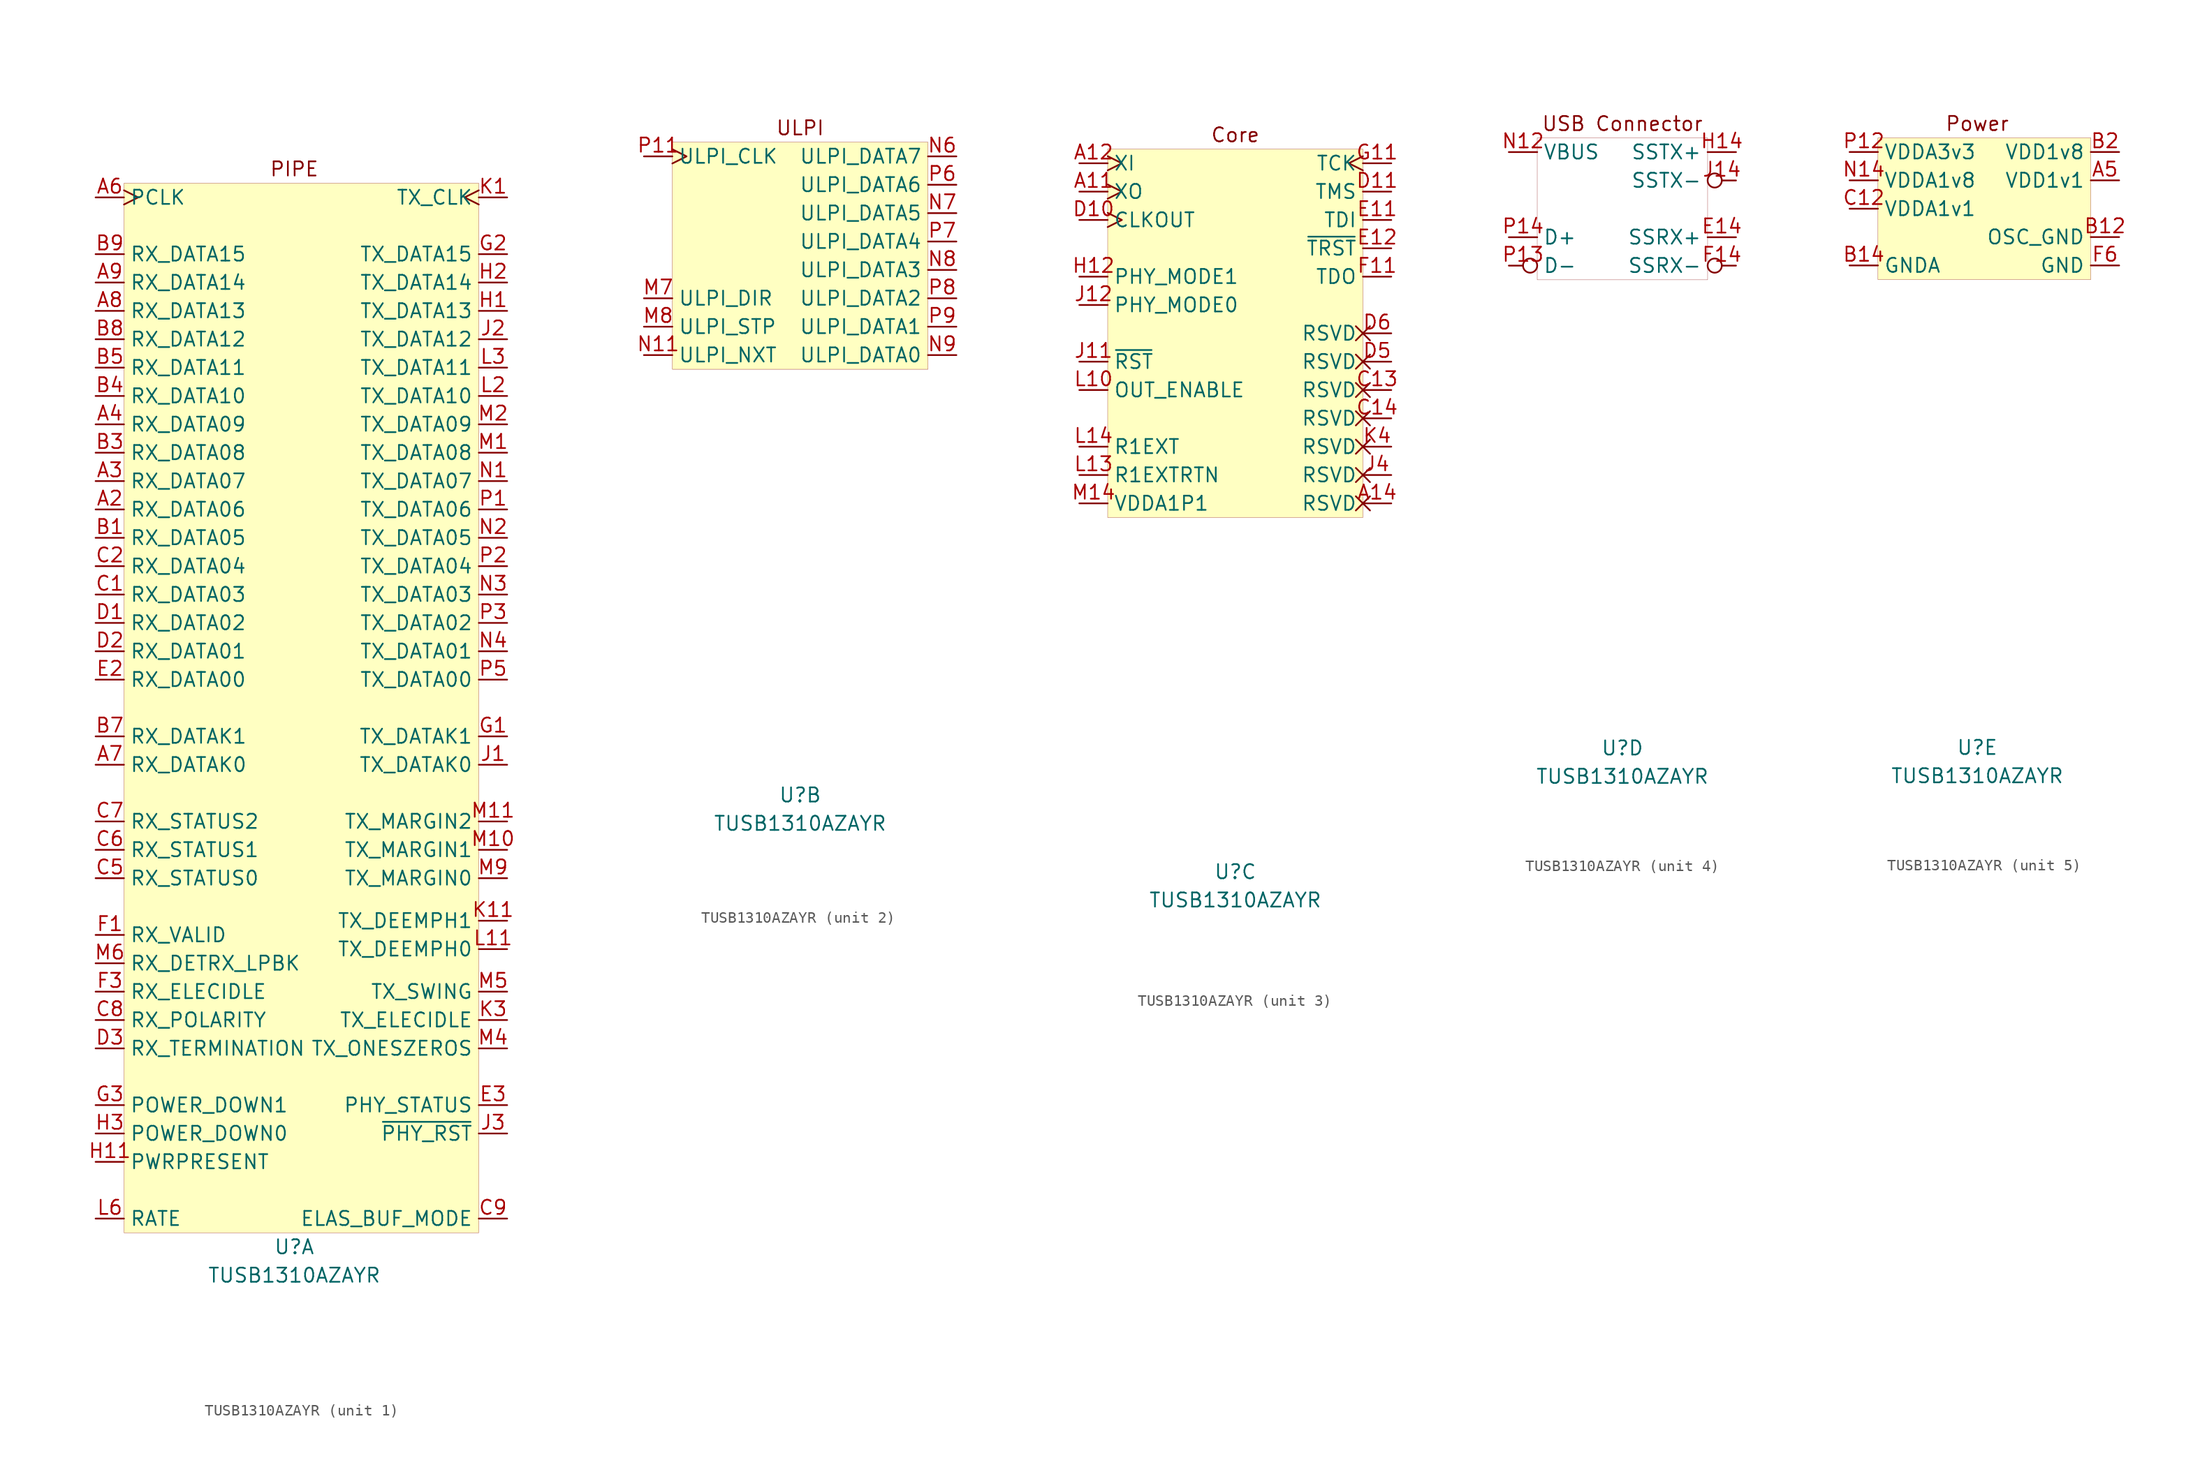
<source format=kicad_sym>
(kicad_symbol_lib
  (version 20201005)
  (generator kicad_symbol_editor)
  (symbol "lethalbit:TUSB1310AZAYR"
    (property "Reference" "U"
      (at 0 -48.26 0)
      (effects (font (size 1.27 1.27))))
    (property "Value" "TUSB1310AZAYR"
      (at 0 -50.8 0)
      (effects (font (size 1.27 1.27))))
    (property "ki_locked" ""
      (at 0 0 0)
      (effects (font (size 1.27 1.27))))
    (symbol "TUSB1310AZAYR_1_0"
      (text "PIPE" (at 0 48.26 0) (effects (font (size 1.27 1.27)))))
    (symbol "TUSB1310AZAYR_1_1"
      (rectangle (start -15.24 46.99) (end 16.51 -46.99) (stroke (width 0.001)) (fill (type background)))
      (pin output line (at -17.78 17.78 0) (length 2.54) (name "RX_DATA06" (effects (font (size 1.27 1.27)))) (number "A2" (effects (font (size 1.27 1.27)))))
      (pin output line (at -17.78 20.32 0) (length 2.54) (name "RX_DATA07" (effects (font (size 1.27 1.27)))) (number "A3" (effects (font (size 1.27 1.27)))))
      (pin output line (at -17.78 25.4 0) (length 2.54) (name "RX_DATA09" (effects (font (size 1.27 1.27)))) (number "A4" (effects (font (size 1.27 1.27)))))
      (pin output clock (at -17.78 45.72 0) (length 2.54) (name "PCLK" (effects (font (size 1.27 1.27)))) (number "A6" (effects (font (size 1.27 1.27)))))
      (pin output line (at -17.78 -5.08 0) (length 2.54) (name "RX_DATAK0" (effects (font (size 1.27 1.27)))) (number "A7" (effects (font (size 1.27 1.27)))))
      (pin output line (at -17.78 35.56 0) (length 2.54) (name "RX_DATA13" (effects (font (size 1.27 1.27)))) (number "A8" (effects (font (size 1.27 1.27)))))
      (pin output line (at -17.78 38.1 0) (length 2.54) (name "RX_DATA14" (effects (font (size 1.27 1.27)))) (number "A9" (effects (font (size 1.27 1.27)))))
      (pin output line (at -17.78 15.24 0) (length 2.54) (name "RX_DATA05" (effects (font (size 1.27 1.27)))) (number "B1" (effects (font (size 1.27 1.27)))))
      (pin output line (at -17.78 22.86 0) (length 2.54) (name "RX_DATA08" (effects (font (size 1.27 1.27)))) (number "B3" (effects (font (size 1.27 1.27)))))
      (pin output line (at -17.78 27.94 0) (length 2.54) (name "RX_DATA10" (effects (font (size 1.27 1.27)))) (number "B4" (effects (font (size 1.27 1.27)))))
      (pin output line (at -17.78 30.48 0) (length 2.54) (name "RX_DATA11" (effects (font (size 1.27 1.27)))) (number "B5" (effects (font (size 1.27 1.27)))))
      (pin output line (at -17.78 -2.54 0) (length 2.54) (name "RX_DATAK1" (effects (font (size 1.27 1.27)))) (number "B7" (effects (font (size 1.27 1.27)))))
      (pin output line (at -17.78 33.02 0) (length 2.54) (name "RX_DATA12" (effects (font (size 1.27 1.27)))) (number "B8" (effects (font (size 1.27 1.27)))))
      (pin output line (at -17.78 40.64 0) (length 2.54) (name "RX_DATA15" (effects (font (size 1.27 1.27)))) (number "B9" (effects (font (size 1.27 1.27)))))
      (pin output line (at -17.78 10.16 0) (length 2.54) (name "RX_DATA03" (effects (font (size 1.27 1.27)))) (number "C1" (effects (font (size 1.27 1.27)))))
      (pin output line (at -17.78 12.7 0) (length 2.54) (name "RX_DATA04" (effects (font (size 1.27 1.27)))) (number "C2" (effects (font (size 1.27 1.27)))))
      (pin output line (at -17.78 -15.24 0) (length 2.54) (name "RX_STATUS0" (effects (font (size 1.27 1.27)))) (number "C5" (effects (font (size 1.27 1.27)))))
      (pin output line (at -17.78 -12.7 0) (length 2.54) (name "RX_STATUS1" (effects (font (size 1.27 1.27)))) (number "C6" (effects (font (size 1.27 1.27)))))
      (pin output line (at -17.78 -10.16 0) (length 2.54) (name "RX_STATUS2" (effects (font (size 1.27 1.27)))) (number "C7" (effects (font (size 1.27 1.27)))))
      (pin input line (at -17.78 -27.94 0) (length 2.54) (name "RX_POLARITY" (effects (font (size 1.27 1.27)))) (number "C8" (effects (font (size 1.27 1.27)))))
      (pin input line (at 19.05 -45.72 180) (length 2.54) (name "ELAS_BUF_MODE" (effects (font (size 1.27 1.27)))) (number "C9" (effects (font (size 1.27 1.27)))))
      (pin output line (at -17.78 7.62 0) (length 2.54) (name "RX_DATA02" (effects (font (size 1.27 1.27)))) (number "D1" (effects (font (size 1.27 1.27)))))
      (pin output line (at -17.78 5.08 0) (length 2.54) (name "RX_DATA01" (effects (font (size 1.27 1.27)))) (number "D2" (effects (font (size 1.27 1.27)))))
      (pin input line (at -17.78 -30.48 0) (length 2.54) (name "RX_TERMINATION" (effects (font (size 1.27 1.27)))) (number "D3" (effects (font (size 1.27 1.27)))))
      (pin output line (at -17.78 2.54 0) (length 2.54) (name "RX_DATA00" (effects (font (size 1.27 1.27)))) (number "E2" (effects (font (size 1.27 1.27)))))
      (pin bidirectional line (at 19.05 -35.56 180) (length 2.54) (name "PHY_STATUS" (effects (font (size 1.27 1.27)))) (number "E3" (effects (font (size 1.27 1.27)))))
      (pin output line (at -17.78 -20.32 0) (length 2.54) (name "RX_VALID" (effects (font (size 1.27 1.27)))) (number "F1" (effects (font (size 1.27 1.27)))))
      (pin bidirectional line (at -17.78 -25.4 0) (length 2.54) (name "RX_ELECIDLE" (effects (font (size 1.27 1.27)))) (number "F3" (effects (font (size 1.27 1.27)))))
      (pin input line (at 19.05 -2.54 180) (length 2.54) (name "TX_DATAK1" (effects (font (size 1.27 1.27)))) (number "G1" (effects (font (size 1.27 1.27)))))
      (pin input line (at 19.05 40.64 180) (length 2.54) (name "TX_DATA15" (effects (font (size 1.27 1.27)))) (number "G2" (effects (font (size 1.27 1.27)))))
      (pin input line (at -17.78 -35.56 0) (length 2.54) (name "POWER_DOWN1" (effects (font (size 1.27 1.27)))) (number "G3" (effects (font (size 1.27 1.27)))))
      (pin input line (at 19.05 35.56 180) (length 2.54) (name "TX_DATA13" (effects (font (size 1.27 1.27)))) (number "H1" (effects (font (size 1.27 1.27)))))
      (pin output line (at -17.78 -40.64 0) (length 2.54) (name "PWRPRESENT" (effects (font (size 1.27 1.27)))) (number "H11" (effects (font (size 1.27 1.27)))))
      (pin input line (at 19.05 38.1 180) (length 2.54) (name "TX_DATA14" (effects (font (size 1.27 1.27)))) (number "H2" (effects (font (size 1.27 1.27)))))
      (pin input line (at -17.78 -38.1 0) (length 2.54) (name "POWER_DOWN0" (effects (font (size 1.27 1.27)))) (number "H3" (effects (font (size 1.27 1.27)))))
      (pin input line (at 19.05 -5.08 180) (length 2.54) (name "TX_DATAK0" (effects (font (size 1.27 1.27)))) (number "J1" (effects (font (size 1.27 1.27)))))
      (pin input line (at 19.05 33.02 180) (length 2.54) (name "TX_DATA12" (effects (font (size 1.27 1.27)))) (number "J2" (effects (font (size 1.27 1.27)))))
      (pin input line (at 19.05 -38.1 180) (length 2.54) (name "~PHY_RST" (effects (font (size 1.27 1.27)))) (number "J3" (effects (font (size 1.27 1.27)))))
      (pin input clock (at 19.05 45.72 180) (length 2.54) (name "TX_CLK" (effects (font (size 1.27 1.27)))) (number "K1" (effects (font (size 1.27 1.27)))))
      (pin input line (at 19.05 -19.05 180) (length 2.54) (name "TX_DEEMPH1" (effects (font (size 1.27 1.27)))) (number "K11" (effects (font (size 1.27 1.27)))))
      (pin input line (at 19.05 -27.94 180) (length 2.54) (name "TX_ELECIDLE" (effects (font (size 1.27 1.27)))) (number "K3" (effects (font (size 1.27 1.27)))))
      (pin input line (at 19.05 -21.59 180) (length 2.54) (name "TX_DEEMPH0" (effects (font (size 1.27 1.27)))) (number "L11" (effects (font (size 1.27 1.27)))))
      (pin input line (at 19.05 27.94 180) (length 2.54) (name "TX_DATA10" (effects (font (size 1.27 1.27)))) (number "L2" (effects (font (size 1.27 1.27)))))
      (pin input line (at 19.05 30.48 180) (length 2.54) (name "TX_DATA11" (effects (font (size 1.27 1.27)))) (number "L3" (effects (font (size 1.27 1.27)))))
      (pin input line (at -17.78 -45.72 0) (length 2.54) (name "RATE" (effects (font (size 1.27 1.27)))) (number "L6" (effects (font (size 1.27 1.27)))))
      (pin input line (at 19.05 22.86 180) (length 2.54) (name "TX_DATA08" (effects (font (size 1.27 1.27)))) (number "M1" (effects (font (size 1.27 1.27)))))
      (pin input line (at 19.05 -12.7 180) (length 2.54) (name "TX_MARGIN1" (effects (font (size 1.27 1.27)))) (number "M10" (effects (font (size 1.27 1.27)))))
      (pin input line (at 19.05 -10.16 180) (length 2.54) (name "TX_MARGIN2" (effects (font (size 1.27 1.27)))) (number "M11" (effects (font (size 1.27 1.27)))))
      (pin input line (at 19.05 25.4 180) (length 2.54) (name "TX_DATA09" (effects (font (size 1.27 1.27)))) (number "M2" (effects (font (size 1.27 1.27)))))
      (pin input line (at 19.05 -30.48 180) (length 2.54) (name "TX_ONESZEROS" (effects (font (size 1.27 1.27)))) (number "M4" (effects (font (size 1.27 1.27)))))
      (pin input line (at 19.05 -25.4 180) (length 2.54) (name "TX_SWING" (effects (font (size 1.27 1.27)))) (number "M5" (effects (font (size 1.27 1.27)))))
      (pin input line (at -17.78 -22.86 0) (length 2.54) (name "RX_DETRX_LPBK" (effects (font (size 1.27 1.27)))) (number "M6" (effects (font (size 1.27 1.27)))))
      (pin input line (at 19.05 -15.24 180) (length 2.54) (name "TX_MARGIN0" (effects (font (size 1.27 1.27)))) (number "M9" (effects (font (size 1.27 1.27)))))
      (pin input line (at 19.05 20.32 180) (length 2.54) (name "TX_DATA07" (effects (font (size 1.27 1.27)))) (number "N1" (effects (font (size 1.27 1.27)))))
      (pin input line (at 19.05 15.24 180) (length 2.54) (name "TX_DATA05" (effects (font (size 1.27 1.27)))) (number "N2" (effects (font (size 1.27 1.27)))))
      (pin input line (at 19.05 10.16 180) (length 2.54) (name "TX_DATA03" (effects (font (size 1.27 1.27)))) (number "N3" (effects (font (size 1.27 1.27)))))
      (pin input line (at 19.05 5.08 180) (length 2.54) (name "TX_DATA01" (effects (font (size 1.27 1.27)))) (number "N4" (effects (font (size 1.27 1.27)))))
      (pin input line (at 19.05 17.78 180) (length 2.54) (name "TX_DATA06" (effects (font (size 1.27 1.27)))) (number "P1" (effects (font (size 1.27 1.27)))))
      (pin input line (at 19.05 12.7 180) (length 2.54) (name "TX_DATA04" (effects (font (size 1.27 1.27)))) (number "P2" (effects (font (size 1.27 1.27)))))
      (pin input line (at 19.05 7.62 180) (length 2.54) (name "TX_DATA02" (effects (font (size 1.27 1.27)))) (number "P3" (effects (font (size 1.27 1.27)))))
      (pin input line (at 19.05 2.54 180) (length 2.54) (name "TX_DATA00" (effects (font (size 1.27 1.27)))) (number "P5" (effects (font (size 1.27 1.27))))))
    (symbol "TUSB1310AZAYR_2_0"
      (text "ULPI" (at 0 11.43 0) (effects (font (size 1.27 1.27))))
      (rectangle (start -11.43 10.16) (end 11.43 -10.16) (stroke (width 0.001)) (fill (type background))))
    (symbol "TUSB1310AZAYR_2_1"
      (pin output line (at -13.97 -3.81 0) (length 2.54) (name "ULPI_DIR" (effects (font (size 1.27 1.27)))) (number "M7" (effects (font (size 1.27 1.27)))))
      (pin input line (at -13.97 -6.35 0) (length 2.54) (name "ULPI_STP" (effects (font (size 1.27 1.27)))) (number "M8" (effects (font (size 1.27 1.27)))))
      (pin output line (at -13.97 -8.89 0) (length 2.54) (name "ULPI_NXT" (effects (font (size 1.27 1.27)))) (number "N11" (effects (font (size 1.27 1.27)))))
      (pin bidirectional line (at 13.97 8.89 180) (length 2.54) (name "ULPI_DATA7" (effects (font (size 1.27 1.27)))) (number "N6" (effects (font (size 1.27 1.27)))))
      (pin bidirectional line (at 13.97 3.81 180) (length 2.54) (name "ULPI_DATA5" (effects (font (size 1.27 1.27)))) (number "N7" (effects (font (size 1.27 1.27)))))
      (pin bidirectional line (at 13.97 -1.27 180) (length 2.54) (name "ULPI_DATA3" (effects (font (size 1.27 1.27)))) (number "N8" (effects (font (size 1.27 1.27)))))
      (pin bidirectional line (at 13.97 -8.89 180) (length 2.54) (name "ULPI_DATA0" (effects (font (size 1.27 1.27)))) (number "N9" (effects (font (size 1.27 1.27)))))
      (pin output clock (at -13.97 8.89 0) (length 2.54) (name "ULPI_CLK" (effects (font (size 1.27 1.27)))) (number "P11" (effects (font (size 1.27 1.27)))))
      (pin bidirectional line (at 13.97 6.35 180) (length 2.54) (name "ULPI_DATA6" (effects (font (size 1.27 1.27)))) (number "P6" (effects (font (size 1.27 1.27)))))
      (pin bidirectional line (at 13.97 1.27 180) (length 2.54) (name "ULPI_DATA4" (effects (font (size 1.27 1.27)))) (number "P7" (effects (font (size 1.27 1.27)))))
      (pin bidirectional line (at 13.97 -3.81 180) (length 2.54) (name "ULPI_DATA2" (effects (font (size 1.27 1.27)))) (number "P8" (effects (font (size 1.27 1.27)))))
      (pin bidirectional line (at 13.97 -6.35 180) (length 2.54) (name "ULPI_DATA1" (effects (font (size 1.27 1.27)))) (number "P9" (effects (font (size 1.27 1.27))))))
    (symbol "TUSB1310AZAYR_3_0"
      (text "Core" (at 0 17.78 0) (effects (font (size 1.27 1.27))))
      (rectangle (start -11.43 16.51) (end 11.43 -16.51) (stroke (width 0.001)) (fill (type background))))
    (symbol "TUSB1310AZAYR_3_1"
      (pin output clock (at -13.97 12.7 0) (length 2.54) (name "XO" (effects (font (size 1.27 1.27)))) (number "A11" (effects (font (size 1.27 1.27)))))
      (pin input clock (at -13.97 15.24 0) (length 2.54) (name "XI" (effects (font (size 1.27 1.27)))) (number "A12" (effects (font (size 1.27 1.27)))))
      (pin passive non_logic (at 13.97 -15.24 180) (length 2.54) (name "RSVD" (effects (font (size 1.27 1.27)))) (number "A14" (effects (font (size 1.27 1.27)))))
      (pin passive non_logic (at 13.97 -5.08 180) (length 2.54) (name "RSVD" (effects (font (size 1.27 1.27)))) (number "C13" (effects (font (size 1.27 1.27)))))
      (pin passive non_logic (at 13.97 -7.62 180) (length 2.54) (name "RSVD" (effects (font (size 1.27 1.27)))) (number "C14" (effects (font (size 1.27 1.27)))))
      (pin output clock (at -13.97 10.16 0) (length 2.54) (name "CLKOUT" (effects (font (size 1.27 1.27)))) (number "D10" (effects (font (size 1.27 1.27)))))
      (pin input line (at 13.97 12.7 180) (length 2.54) (name "TMS" (effects (font (size 1.27 1.27)))) (number "D11" (effects (font (size 1.27 1.27)))))
      (pin passive non_logic (at 13.97 -2.54 180) (length 2.54) (name "RSVD" (effects (font (size 1.27 1.27)))) (number "D5" (effects (font (size 1.27 1.27)))))
      (pin passive non_logic (at 13.97 0 180) (length 2.54) (name "RSVD" (effects (font (size 1.27 1.27)))) (number "D6" (effects (font (size 1.27 1.27)))))
      (pin input line (at 13.97 10.16 180) (length 2.54) (name "TDI" (effects (font (size 1.27 1.27)))) (number "E11" (effects (font (size 1.27 1.27)))))
      (pin input line (at 13.97 7.62 180) (length 2.54) (name "~TRST" (effects (font (size 1.27 1.27)))) (number "E12" (effects (font (size 1.27 1.27)))))
      (pin output line (at 13.97 5.08 180) (length 2.54) (name "TDO" (effects (font (size 1.27 1.27)))) (number "F11" (effects (font (size 1.27 1.27)))))
      (pin input clock (at 13.97 15.24 180) (length 2.54) (name "TCK" (effects (font (size 1.27 1.27)))) (number "G11" (effects (font (size 1.27 1.27)))))
      (pin input line (at -13.97 5.08 0) (length 2.54) (name "PHY_MODE1" (effects (font (size 1.27 1.27)))) (number "H12" (effects (font (size 1.27 1.27)))))
      (pin input line (at -13.97 -2.54 0) (length 2.54) (name "~RST" (effects (font (size 1.27 1.27)))) (number "J11" (effects (font (size 1.27 1.27)))))
      (pin input line (at -13.97 2.54 0) (length 2.54) (name "PHY_MODE0" (effects (font (size 1.27 1.27)))) (number "J12" (effects (font (size 1.27 1.27)))))
      (pin passive non_logic (at 13.97 -12.7 180) (length 2.54) (name "RSVD" (effects (font (size 1.27 1.27)))) (number "J4" (effects (font (size 1.27 1.27)))))
      (pin passive non_logic (at 13.97 -10.16 180) (length 2.54) (name "RSVD" (effects (font (size 1.27 1.27)))) (number "K4" (effects (font (size 1.27 1.27)))))
      (pin input line (at -13.97 -5.08 0) (length 2.54) (name "OUT_ENABLE" (effects (font (size 1.27 1.27)))) (number "L10" (effects (font (size 1.27 1.27)))))
      (pin input line (at -13.97 -12.7 0) (length 2.54) (name "R1EXTRTN" (effects (font (size 1.27 1.27)))) (number "L13" (effects (font (size 1.27 1.27)))))
      (pin output line (at -13.97 -10.16 0) (length 2.54) (name "R1EXT" (effects (font (size 1.27 1.27)))) (number "L14" (effects (font (size 1.27 1.27)))))
      (pin passive line (at -13.97 -15.24 0) (length 2.54) (name "VDDA1P1" (effects (font (size 1.27 1.27)))) (number "M14" (effects (font (size 1.27 1.27))))))
    (symbol "TUSB1310AZAYR_4_0"
      (text "USB Connector" (at 0 7.62 0) (effects (font (size 1.27 1.27))))
      (rectangle (start -7.62 6.35) (end 7.62 -6.35) (stroke (width 0.001)) (fill (type none))))
    (symbol "TUSB1310AZAYR_4_1"
      (pin input line (at 10.16 -2.54 180) (length 2.54) (name "SSRX+" (effects (font (size 1.27 1.27)))) (number "E14" (effects (font (size 1.27 1.27)))))
      (pin input inverted (at 10.16 -5.08 180) (length 2.54) (name "SSRX-" (effects (font (size 1.27 1.27)))) (number "F14" (effects (font (size 1.27 1.27)))))
      (pin output line (at 10.16 5.08 180) (length 2.54) (name "SSTX+" (effects (font (size 1.27 1.27)))) (number "H14" (effects (font (size 1.27 1.27)))))
      (pin output inverted (at 10.16 2.54 180) (length 2.54) (name "SSTX-" (effects (font (size 1.27 1.27)))) (number "J14" (effects (font (size 1.27 1.27)))))
      (pin input line (at -10.16 5.08 0) (length 2.54) (name "VBUS" (effects (font (size 1.27 1.27)))) (number "N12" (effects (font (size 1.27 1.27)))))
      (pin bidirectional inverted (at -10.16 -5.08 0) (length 2.54) (name "D-" (effects (font (size 1.27 1.27)))) (number "P13" (effects (font (size 1.27 1.27)))))
      (pin bidirectional line (at -10.16 -2.54 0) (length 2.54) (name "D+" (effects (font (size 1.27 1.27)))) (number "P14" (effects (font (size 1.27 1.27))))))
    (symbol "TUSB1310AZAYR_5_0"
      (text "Power" (at 0 7.62 0) (effects (font (size 1.27 1.27))))
      (rectangle (start -8.89 6.35) (end 10.16 -6.35) (stroke (width 0.001)) (fill (type background))))
    (symbol "TUSB1310AZAYR_5_1"
      (pin passive line (at 12.7 2.54 180) (length 2.54) hide (name "VDD1v1" (effects (font (size 1.27 1.27)))) (number "A10" (effects (font (size 1.27 1.27)))))
      (pin passive line (at -11.43 2.54 0) (length 2.54) hide (name "VDDA1v8" (effects (font (size 1.27 1.27)))) (number "A13" (effects (font (size 1.27 1.27)))))
      (pin power_in line (at 12.7 2.54 180) (length 2.54) (name "VDD1v1" (effects (font (size 1.27 1.27)))) (number "A5" (effects (font (size 1.27 1.27)))))
      (pin passive line (at 12.7 2.54 180) (length 2.54) hide (name "VDD1v1" (effects (font (size 1.27 1.27)))) (number "B10" (effects (font (size 1.27 1.27)))))
      (pin passive line (at 12.7 -5.08 180) (length 2.54) hide (name "GND" (effects (font (size 1.27 1.27)))) (number "B11" (effects (font (size 1.27 1.27)))))
      (pin passive line (at 12.7 -2.54 180) (length 2.54) (name "OSC_GND" (effects (font (size 1.27 1.27)))) (number "B12" (effects (font (size 1.27 1.27)))))
      (pin passive line (at -11.43 -5.08 0) (length 2.54) hide (name "GNDA" (effects (font (size 1.27 1.27)))) (number "B13" (effects (font (size 1.27 1.27)))))
      (pin passive line (at -11.43 -5.08 0) (length 2.54) (name "GNDA" (effects (font (size 1.27 1.27)))) (number "B14" (effects (font (size 1.27 1.27)))))
      (pin power_in line (at 12.7 5.08 180) (length 2.54) (name "VDD1v8" (effects (font (size 1.27 1.27)))) (number "B2" (effects (font (size 1.27 1.27)))))
      (pin passive line (at 12.7 2.54 180) (length 2.54) hide (name "VDD1v1" (effects (font (size 1.27 1.27)))) (number "B6" (effects (font (size 1.27 1.27)))))
      (pin passive line (at -11.43 2.54 0) (length 2.54) hide (name "VDDA1v8" (effects (font (size 1.27 1.27)))) (number "C10" (effects (font (size 1.27 1.27)))))
      (pin passive line (at -11.43 0 0) (length 2.54) hide (name "VDDA1v1" (effects (font (size 1.27 1.27)))) (number "C11" (effects (font (size 1.27 1.27)))))
      (pin power_in line (at -11.43 0 0) (length 2.54) (name "VDDA1v1" (effects (font (size 1.27 1.27)))) (number "C12" (effects (font (size 1.27 1.27)))))
      (pin passive line (at 12.7 5.08 180) (length 2.54) hide (name "VDD1v8" (effects (font (size 1.27 1.27)))) (number "C3" (effects (font (size 1.27 1.27)))))
      (pin passive line (at 12.7 2.54 180) (length 2.54) hide (name "VDD1v1" (effects (font (size 1.27 1.27)))) (number "C4" (effects (font (size 1.27 1.27)))))
      (pin passive line (at -11.43 -5.08 0) (length 2.54) hide (name "GNDA" (effects (font (size 1.27 1.27)))) (number "D12" (effects (font (size 1.27 1.27)))))
      (pin passive line (at 12.7 2.54 180) (length 2.54) hide (name "VDD1v1" (effects (font (size 1.27 1.27)))) (number "D13" (effects (font (size 1.27 1.27)))))
      (pin passive line (at -11.43 0 0) (length 2.54) hide (name "VDDA1v1" (effects (font (size 1.27 1.27)))) (number "D14" (effects (font (size 1.27 1.27)))))
      (pin passive line (at 12.7 5.08 180) (length 2.54) hide (name "VDD1v8" (effects (font (size 1.27 1.27)))) (number "D4" (effects (font (size 1.27 1.27)))))
      (pin passive line (at 12.7 5.08 180) (length 2.54) hide (name "VDD1v8" (effects (font (size 1.27 1.27)))) (number "D7" (effects (font (size 1.27 1.27)))))
      (pin passive line (at 12.7 5.08 180) (length 2.54) hide (name "VDD1v8" (effects (font (size 1.27 1.27)))) (number "D8" (effects (font (size 1.27 1.27)))))
      (pin passive line (at 12.7 5.08 180) (length 2.54) hide (name "VDD1v8" (effects (font (size 1.27 1.27)))) (number "D9" (effects (font (size 1.27 1.27)))))
      (pin passive line (at 12.7 2.54 180) (length 2.54) hide (name "VDD1v1" (effects (font (size 1.27 1.27)))) (number "E1" (effects (font (size 1.27 1.27)))))
      (pin passive line (at -11.43 -5.08 0) (length 2.54) hide (name "GNDA" (effects (font (size 1.27 1.27)))) (number "E13" (effects (font (size 1.27 1.27)))))
      (pin passive line (at 12.7 5.08 180) (length 2.54) hide (name "VDD1v8" (effects (font (size 1.27 1.27)))) (number "E4" (effects (font (size 1.27 1.27)))))
      (pin passive line (at 12.7 -5.08 180) (length 2.54) hide (name "GND" (effects (font (size 1.27 1.27)))) (number "F12" (effects (font (size 1.27 1.27)))))
      (pin passive line (at -11.43 -5.08 0) (length 2.54) hide (name "GNDA" (effects (font (size 1.27 1.27)))) (number "F13" (effects (font (size 1.27 1.27)))))
      (pin passive line (at 12.7 2.54 180) (length 2.54) hide (name "VDD1v1" (effects (font (size 1.27 1.27)))) (number "F2" (effects (font (size 1.27 1.27)))))
      (pin passive line (at 12.7 5.08 180) (length 2.54) hide (name "VDD1v8" (effects (font (size 1.27 1.27)))) (number "F4" (effects (font (size 1.27 1.27)))))
      (pin passive line (at 12.7 -5.08 180) (length 2.54) (name "GND" (effects (font (size 1.27 1.27)))) (number "F6" (effects (font (size 1.27 1.27)))))
      (pin passive line (at 12.7 -5.08 180) (length 2.54) hide (name "GND" (effects (font (size 1.27 1.27)))) (number "F7" (effects (font (size 1.27 1.27)))))
      (pin passive line (at 12.7 -5.08 180) (length 2.54) hide (name "GND" (effects (font (size 1.27 1.27)))) (number "F8" (effects (font (size 1.27 1.27)))))
      (pin passive line (at 12.7 -5.08 180) (length 2.54) hide (name "GND" (effects (font (size 1.27 1.27)))) (number "F9" (effects (font (size 1.27 1.27)))))
      (pin passive line (at -11.43 -5.08 0) (length 2.54) hide (name "GNDA" (effects (font (size 1.27 1.27)))) (number "G12" (effects (font (size 1.27 1.27)))))
      (pin passive line (at -11.43 0 0) (length 2.54) hide (name "VDDA1v1" (effects (font (size 1.27 1.27)))) (number "G13" (effects (font (size 1.27 1.27)))))
      (pin passive line (at -11.43 0 0) (length 2.54) hide (name "VDDA1v1" (effects (font (size 1.27 1.27)))) (number "G14" (effects (font (size 1.27 1.27)))))
      (pin passive line (at 12.7 5.08 180) (length 2.54) hide (name "VDD1v8" (effects (font (size 1.27 1.27)))) (number "G4" (effects (font (size 1.27 1.27)))))
      (pin passive line (at 12.7 -5.08 180) (length 2.54) hide (name "GND" (effects (font (size 1.27 1.27)))) (number "G6" (effects (font (size 1.27 1.27)))))
      (pin passive line (at 12.7 -5.08 180) (length 2.54) hide (name "GND" (effects (font (size 1.27 1.27)))) (number "G7" (effects (font (size 1.27 1.27)))))
      (pin passive line (at 12.7 -5.08 180) (length 2.54) hide (name "GND" (effects (font (size 1.27 1.27)))) (number "G8" (effects (font (size 1.27 1.27)))))
      (pin passive line (at 12.7 -5.08 180) (length 2.54) hide (name "GND" (effects (font (size 1.27 1.27)))) (number "G9" (effects (font (size 1.27 1.27)))))
      (pin passive line (at -11.43 -5.08 0) (length 2.54) hide (name "GNDA" (effects (font (size 1.27 1.27)))) (number "H13" (effects (font (size 1.27 1.27)))))
      (pin passive line (at 12.7 5.08 180) (length 2.54) hide (name "VDD1v8" (effects (font (size 1.27 1.27)))) (number "H4" (effects (font (size 1.27 1.27)))))
      (pin passive line (at 12.7 -5.08 180) (length 2.54) hide (name "GND" (effects (font (size 1.27 1.27)))) (number "H6" (effects (font (size 1.27 1.27)))))
      (pin passive line (at 12.7 -5.08 180) (length 2.54) hide (name "GND" (effects (font (size 1.27 1.27)))) (number "H7" (effects (font (size 1.27 1.27)))))
      (pin passive line (at 12.7 -5.08 180) (length 2.54) hide (name "GND" (effects (font (size 1.27 1.27)))) (number "H8" (effects (font (size 1.27 1.27)))))
      (pin passive line (at 12.7 -5.08 180) (length 2.54) hide (name "GND" (effects (font (size 1.27 1.27)))) (number "H9" (effects (font (size 1.27 1.27)))))
      (pin passive line (at -11.43 -5.08 0) (length 2.54) hide (name "GNDA" (effects (font (size 1.27 1.27)))) (number "J13" (effects (font (size 1.27 1.27)))))
      (pin passive line (at 12.7 -5.08 180) (length 2.54) hide (name "GND" (effects (font (size 1.27 1.27)))) (number "J6" (effects (font (size 1.27 1.27)))))
      (pin passive line (at 12.7 -5.08 180) (length 2.54) hide (name "GND" (effects (font (size 1.27 1.27)))) (number "J7" (effects (font (size 1.27 1.27)))))
      (pin passive line (at 12.7 -5.08 180) (length 2.54) hide (name "GND" (effects (font (size 1.27 1.27)))) (number "J8" (effects (font (size 1.27 1.27)))))
      (pin passive line (at 12.7 -5.08 180) (length 2.54) hide (name "GND" (effects (font (size 1.27 1.27)))) (number "J9" (effects (font (size 1.27 1.27)))))
      (pin passive line (at -11.43 -5.08 0) (length 2.54) hide (name "GNDA" (effects (font (size 1.27 1.27)))) (number "K12" (effects (font (size 1.27 1.27)))))
      (pin passive line (at 12.7 2.54 180) (length 2.54) hide (name "VDD1v1" (effects (font (size 1.27 1.27)))) (number "K13" (effects (font (size 1.27 1.27)))))
      (pin passive line (at -11.43 0 0) (length 2.54) hide (name "VDDA1v1" (effects (font (size 1.27 1.27)))) (number "K14" (effects (font (size 1.27 1.27)))))
      (pin passive line (at 12.7 2.54 180) (length 2.54) hide (name "VDD1v1" (effects (font (size 1.27 1.27)))) (number "K2" (effects (font (size 1.27 1.27)))))
      (pin passive line (at 12.7 2.54 180) (length 2.54) hide (name "VDD1v1" (effects (font (size 1.27 1.27)))) (number "L1" (effects (font (size 1.27 1.27)))))
      (pin passive line (at -11.43 -5.08 0) (length 2.54) hide (name "GNDA" (effects (font (size 1.27 1.27)))) (number "L12" (effects (font (size 1.27 1.27)))))
      (pin passive line (at 12.7 5.08 180) (length 2.54) hide (name "VDD1v8" (effects (font (size 1.27 1.27)))) (number "L4" (effects (font (size 1.27 1.27)))))
      (pin passive line (at 12.7 5.08 180) (length 2.54) hide (name "VDD1v8" (effects (font (size 1.27 1.27)))) (number "L5" (effects (font (size 1.27 1.27)))))
      (pin passive line (at 12.7 5.08 180) (length 2.54) hide (name "VDD1v8" (effects (font (size 1.27 1.27)))) (number "L7" (effects (font (size 1.27 1.27)))))
      (pin passive line (at 12.7 5.08 180) (length 2.54) hide (name "VDD1v8" (effects (font (size 1.27 1.27)))) (number "L8" (effects (font (size 1.27 1.27)))))
      (pin passive line (at 12.7 5.08 180) (length 2.54) hide (name "VDD1v8" (effects (font (size 1.27 1.27)))) (number "L9" (effects (font (size 1.27 1.27)))))
      (pin passive line (at -11.43 -5.08 0) (length 2.54) hide (name "GNDA" (effects (font (size 1.27 1.27)))) (number "M12" (effects (font (size 1.27 1.27)))))
      (pin passive line (at -11.43 -5.08 0) (length 2.54) hide (name "GNDA" (effects (font (size 1.27 1.27)))) (number "M13" (effects (font (size 1.27 1.27)))))
      (pin passive line (at 12.7 5.08 180) (length 2.54) hide (name "VDD1v8" (effects (font (size 1.27 1.27)))) (number "M3" (effects (font (size 1.27 1.27)))))
      (pin passive line (at 12.7 2.54 180) (length 2.54) hide (name "VDD1v1" (effects (font (size 1.27 1.27)))) (number "N10" (effects (font (size 1.27 1.27)))))
      (pin passive line (at -11.43 -5.08 0) (length 2.54) hide (name "GNDA" (effects (font (size 1.27 1.27)))) (number "N13" (effects (font (size 1.27 1.27)))))
      (pin power_in line (at -11.43 2.54 0) (length 2.54) (name "VDDA1v8" (effects (font (size 1.27 1.27)))) (number "N14" (effects (font (size 1.27 1.27)))))
      (pin passive line (at 12.7 2.54 180) (length 2.54) hide (name "VDD1v1" (effects (font (size 1.27 1.27)))) (number "N5" (effects (font (size 1.27 1.27)))))
      (pin passive line (at 12.7 2.54 180) (length 2.54) hide (name "VDD1v1" (effects (font (size 1.27 1.27)))) (number "P10" (effects (font (size 1.27 1.27)))))
      (pin power_in line (at -11.43 5.08 0) (length 2.54) (name "VDDA3v3" (effects (font (size 1.27 1.27)))) (number "P12" (effects (font (size 1.27 1.27)))))
      (pin passive line (at 12.7 2.54 180) (length 2.54) hide (name "VDD1v1" (effects (font (size 1.27 1.27)))) (number "P4" (effects (font (size 1.27 1.27))))))))
</source>
